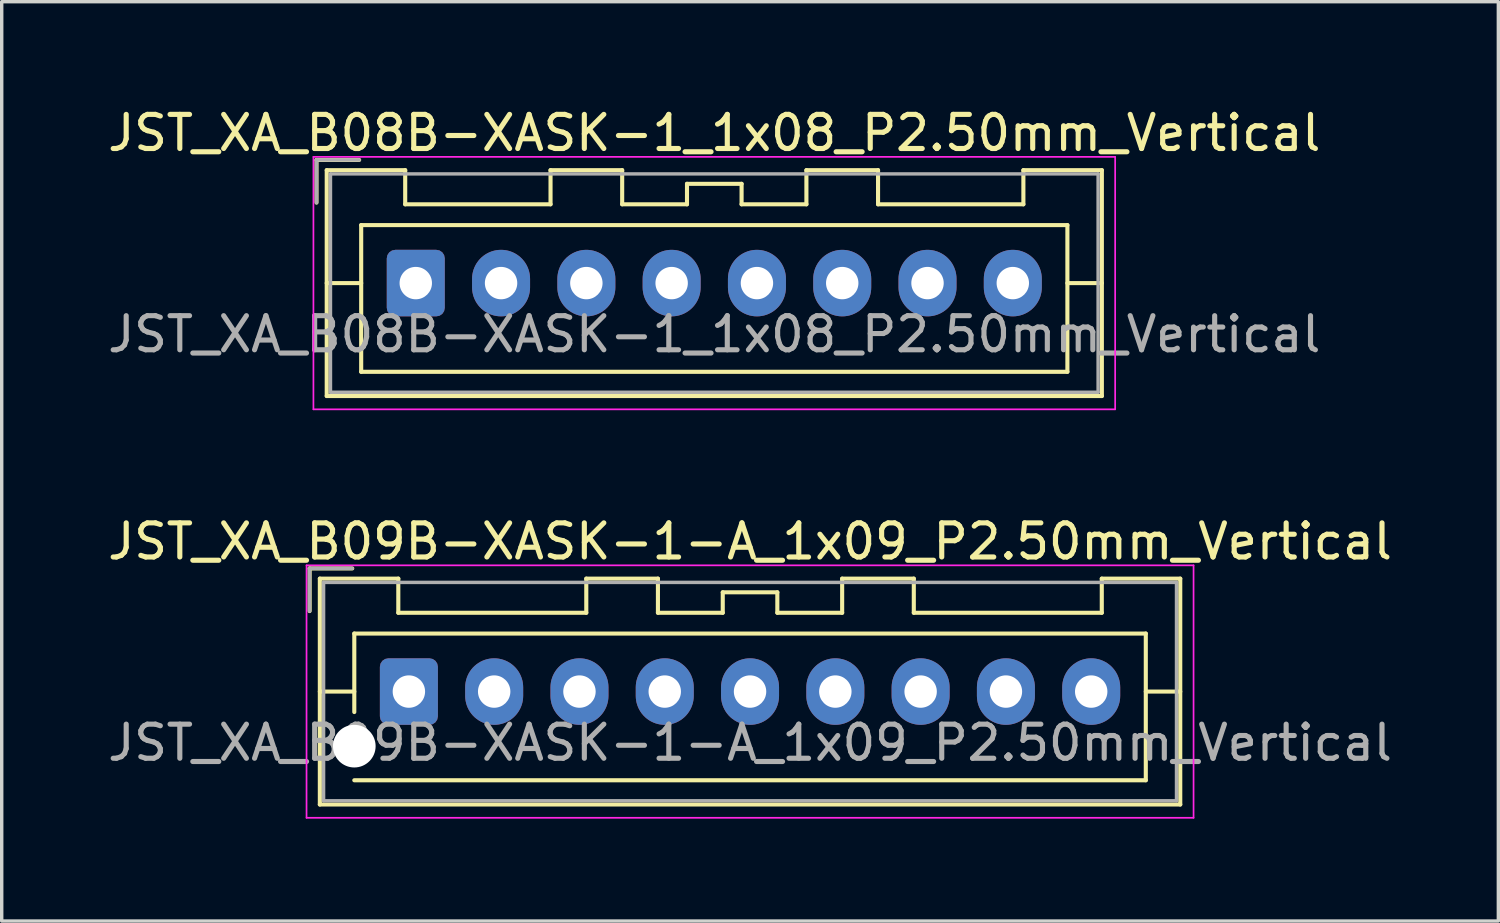
<source format=kicad_pcb>
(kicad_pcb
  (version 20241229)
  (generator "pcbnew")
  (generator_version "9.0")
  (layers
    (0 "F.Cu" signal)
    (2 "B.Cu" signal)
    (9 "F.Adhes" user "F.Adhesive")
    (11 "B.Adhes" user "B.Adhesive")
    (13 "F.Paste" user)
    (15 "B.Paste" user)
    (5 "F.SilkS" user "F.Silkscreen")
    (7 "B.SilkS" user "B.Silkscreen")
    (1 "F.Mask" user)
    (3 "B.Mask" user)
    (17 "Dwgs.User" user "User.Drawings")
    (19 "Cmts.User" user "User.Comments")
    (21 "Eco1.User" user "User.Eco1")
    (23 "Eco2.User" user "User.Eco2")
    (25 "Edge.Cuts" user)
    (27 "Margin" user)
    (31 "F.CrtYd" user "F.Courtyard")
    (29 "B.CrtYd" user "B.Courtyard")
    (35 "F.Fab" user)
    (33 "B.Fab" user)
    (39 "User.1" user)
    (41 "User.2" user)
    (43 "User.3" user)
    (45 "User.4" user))
  (footprint "JST_XA_B08B-XASK-1_1x08_P2.50mm_Vertical"
    (layer "F.Cu")
    (at 9.137 5.248)
    (property "Reference" "JST_XA_B08B-XASK-1_1x08_P2.50mm_Vertical" (at 8.75 -4.4 0) (layer "F.SilkS") (effects (font (size 1 1) (thickness 0.15))))
    (attr through_hole)
    (fp_line (start -2.91 -3.61) (end -2.91 -2.36) (stroke (width 0.12) (type solid)) (layer "F.SilkS"))
    (fp_line (start -2.61 -3.31) (end -2.61 3.31) (stroke (width 0.12) (type solid)) (layer "F.SilkS"))
    (fp_line (start -2.61 0) (end -1.6 0) (stroke (width 0.12) (type solid)) (layer "F.SilkS"))
    (fp_line (start -2.61 3.31) (end 20.11 3.31) (stroke (width 0.12) (type solid)) (layer "F.SilkS"))
    (fp_line (start -1.66 -3.61) (end -2.91 -3.61) (stroke (width 0.12) (type solid)) (layer "F.SilkS"))
    (fp_line (start -1.6 -1.7) (end -1.6 2.6) (stroke (width 0.12) (type solid)) (layer "F.SilkS"))
    (fp_line (start -1.6 2.6) (end 19.1 2.6) (stroke (width 0.12) (type solid)) (layer "F.SilkS"))
    (fp_line (start -0.31 -3.31) (end -2.61 -3.31) (stroke (width 0.12) (type solid)) (layer "F.SilkS"))
    (fp_line (start -0.31 -2.31) (end -0.31 -3.31) (stroke (width 0.12) (type solid)) (layer "F.SilkS"))
    (fp_line (start 3.95 -3.31) (end 3.95 -2.31) (stroke (width 0.12) (type solid)) (layer "F.SilkS"))
    (fp_line (start 3.95 -2.31) (end -0.31 -2.31) (stroke (width 0.12) (type solid)) (layer "F.SilkS"))
    (fp_line (start 6.05 -3.31) (end 3.95 -3.31) (stroke (width 0.12) (type solid)) (layer "F.SilkS"))
    (fp_line (start 6.05 -2.31) (end 6.05 -3.31) (stroke (width 0.12) (type solid)) (layer "F.SilkS"))
    (fp_line (start 7.95 -2.91) (end 7.95 -2.31) (stroke (width 0.12) (type solid)) (layer "F.SilkS"))
    (fp_line (start 7.95 -2.31) (end 6.05 -2.31) (stroke (width 0.12) (type solid)) (layer "F.SilkS"))
    (fp_line (start 9.55 -2.91) (end 7.95 -2.91) (stroke (width 0.12) (type solid)) (layer "F.SilkS"))
    (fp_line (start 9.55 -2.31) (end 9.55 -2.91) (stroke (width 0.12) (type solid)) (layer "F.SilkS"))
    (fp_line (start 11.45 -3.31) (end 11.45 -2.31) (stroke (width 0.12) (type solid)) (layer "F.SilkS"))
    (fp_line (start 11.45 -2.31) (end 9.55 -2.31) (stroke (width 0.12) (type solid)) (layer "F.SilkS"))
    (fp_line (start 13.55 -3.31) (end 11.45 -3.31) (stroke (width 0.12) (type solid)) (layer "F.SilkS"))
    (fp_line (start 13.55 -2.31) (end 13.55 -3.31) (stroke (width 0.12) (type solid)) (layer "F.SilkS"))
    (fp_line (start 17.81 -3.31) (end 17.81 -2.31) (stroke (width 0.12) (type solid)) (layer "F.SilkS"))
    (fp_line (start 17.81 -2.31) (end 13.55 -2.31) (stroke (width 0.12) (type solid)) (layer "F.SilkS"))
    (fp_line (start 19.1 -1.7) (end -1.6 -1.7) (stroke (width 0.12) (type solid)) (layer "F.SilkS"))
    (fp_line (start 19.1 2.6) (end 19.1 -1.7) (stroke (width 0.12) (type solid)) (layer "F.SilkS"))
    (fp_line (start 20.11 -3.31) (end 17.81 -3.31) (stroke (width 0.12) (type solid)) (layer "F.SilkS"))
    (fp_line (start 20.11 0) (end 19.1 0) (stroke (width 0.12) (type solid)) (layer "F.SilkS"))
    (fp_line (start 20.11 3.31) (end 20.11 -3.31) (stroke (width 0.12) (type solid)) (layer "F.SilkS"))
    (fp_line (start -3 -3.7) (end -3 3.7) (stroke (width 0.05) (type solid)) (layer "F.CrtYd"))
    (fp_line (start -3 3.7) (end 20.5 3.7) (stroke (width 0.05) (type solid)) (layer "F.CrtYd"))
    (fp_line (start 20.5 -3.7) (end -3 -3.7) (stroke (width 0.05) (type solid)) (layer "F.CrtYd"))
    (fp_line (start 20.5 3.7) (end 20.5 -3.7) (stroke (width 0.05) (type solid)) (layer "F.CrtYd"))
    (fp_line (start -2.91 -3.61) (end -2.91 -2.36) (stroke (width 0.1) (type solid)) (layer "F.Fab"))
    (fp_line (start -2.5 -3.2) (end -2.5 3.2) (stroke (width 0.1) (type solid)) (layer "F.Fab"))
    (fp_line (start -2.5 3.2) (end 20 3.2) (stroke (width 0.1) (type solid)) (layer "F.Fab"))
    (fp_line (start -1.66 -3.61) (end -2.91 -3.61) (stroke (width 0.1) (type solid)) (layer "F.Fab"))
    (fp_line (start 20 -3.2) (end -2.5 -3.2) (stroke (width 0.1) (type solid)) (layer "F.Fab"))
    (fp_line (start 20 3.2) (end 20 -3.2) (stroke (width 0.1) (type solid)) (layer "F.Fab"))
    (fp_text user "${REFERENCE}" (at 8.75 1.5 0) (layer "F.Fab") (effects (font (size 1 1) (thickness 0.15))))
    (pad "1" thru_hole roundrect (at 0 0) (size 1.7 1.95) (drill 0.95) (layers "*.Cu" "*.Mask") (roundrect_rratio 0.147))
    (pad "2" thru_hole oval (at 2.5 0) (size 1.7 1.95) (drill 0.95) (layers "*.Cu" "*.Mask"))
    (pad "3" thru_hole oval (at 5 0) (size 1.7 1.95) (drill 0.95) (layers "*.Cu" "*.Mask"))
    (pad "4" thru_hole oval (at 7.5 0) (size 1.7 1.95) (drill 0.95) (layers "*.Cu" "*.Mask"))
    (pad "5" thru_hole oval (at 10 0) (size 1.7 1.95) (drill 0.95) (layers "*.Cu" "*.Mask"))
    (pad "6" thru_hole oval (at 12.5 0) (size 1.7 1.95) (drill 0.95) (layers "*.Cu" "*.Mask"))
    (pad "7" thru_hole oval (at 15 0) (size 1.7 1.95) (drill 0.95) (layers "*.Cu" "*.Mask"))
    (pad "8" thru_hole oval (at 17.5 0) (size 1.7 1.95) (drill 0.95) (layers "*.Cu" "*.Mask")))
  (footprint "JST_XA_B09B-XASK-1-A_1x09_P2.50mm_Vertical"
    (layer "F.Cu")
    (at 8.935 17.221)
    (property "Reference" "JST_XA_B09B-XASK-1-A_1x09_P2.50mm_Vertical" (at 10 -4.4 0) (layer "F.SilkS") (effects (font (size 1 1) (thickness 0.15))))
    (attr through_hole)
    (fp_line (start -2.91 -3.61) (end -2.91 -2.36) (stroke (width 0.12) (type solid)) (layer "F.SilkS"))
    (fp_line (start -2.61 -3.31) (end -2.61 3.31) (stroke (width 0.12) (type solid)) (layer "F.SilkS"))
    (fp_line (start -2.61 0) (end -1.6 0) (stroke (width 0.12) (type solid)) (layer "F.SilkS"))
    (fp_line (start -2.61 3.31) (end 22.61 3.31) (stroke (width 0.12) (type solid)) (layer "F.SilkS"))
    (fp_line (start -1.66 -3.61) (end -2.91 -3.61) (stroke (width 0.12) (type solid)) (layer "F.SilkS"))
    (fp_line (start -1.6 -1.7) (end 21.6 -1.7) (stroke (width 0.12) (type solid)) (layer "F.SilkS"))
    (fp_line (start -1.6 0.6) (end -1.6 -1.7) (stroke (width 0.12) (type solid)) (layer "F.SilkS"))
    (fp_line (start -0.31 -3.31) (end -2.61 -3.31) (stroke (width 0.12) (type solid)) (layer "F.SilkS"))
    (fp_line (start -0.31 -2.31) (end -0.31 -3.31) (stroke (width 0.12) (type solid)) (layer "F.SilkS"))
    (fp_line (start 5.2 -3.31) (end 5.2 -2.31) (stroke (width 0.12) (type solid)) (layer "F.SilkS"))
    (fp_line (start 5.2 -2.31) (end -0.31 -2.31) (stroke (width 0.12) (type solid)) (layer "F.SilkS"))
    (fp_line (start 7.3 -3.31) (end 5.2 -3.31) (stroke (width 0.12) (type solid)) (layer "F.SilkS"))
    (fp_line (start 7.3 -2.31) (end 7.3 -3.31) (stroke (width 0.12) (type solid)) (layer "F.SilkS"))
    (fp_line (start 9.2 -2.91) (end 9.2 -2.31) (stroke (width 0.12) (type solid)) (layer "F.SilkS"))
    (fp_line (start 9.2 -2.31) (end 7.3 -2.31) (stroke (width 0.12) (type solid)) (layer "F.SilkS"))
    (fp_line (start 10.8 -2.91) (end 9.2 -2.91) (stroke (width 0.12) (type solid)) (layer "F.SilkS"))
    (fp_line (start 10.8 -2.31) (end 10.8 -2.91) (stroke (width 0.12) (type solid)) (layer "F.SilkS"))
    (fp_line (start 12.7 -3.31) (end 12.7 -2.31) (stroke (width 0.12) (type solid)) (layer "F.SilkS"))
    (fp_line (start 12.7 -2.31) (end 10.8 -2.31) (stroke (width 0.12) (type solid)) (layer "F.SilkS"))
    (fp_line (start 14.8 -3.31) (end 12.7 -3.31) (stroke (width 0.12) (type solid)) (layer "F.SilkS"))
    (fp_line (start 14.8 -2.31) (end 14.8 -3.31) (stroke (width 0.12) (type solid)) (layer "F.SilkS"))
    (fp_line (start 20.31 -3.31) (end 20.31 -2.31) (stroke (width 0.12) (type solid)) (layer "F.SilkS"))
    (fp_line (start 20.31 -2.31) (end 14.8 -2.31) (stroke (width 0.12) (type solid)) (layer "F.SilkS"))
    (fp_line (start 21.6 -1.7) (end 21.6 2.6) (stroke (width 0.12) (type solid)) (layer "F.SilkS"))
    (fp_line (start 21.6 2.6) (end -1.6 2.6) (stroke (width 0.12) (type solid)) (layer "F.SilkS"))
    (fp_line (start 22.61 -3.31) (end 20.31 -3.31) (stroke (width 0.12) (type solid)) (layer "F.SilkS"))
    (fp_line (start 22.61 0) (end 21.6 0) (stroke (width 0.12) (type solid)) (layer "F.SilkS"))
    (fp_line (start 22.61 3.31) (end 22.61 -3.31) (stroke (width 0.12) (type solid)) (layer "F.SilkS"))
    (fp_line (start -3 -3.7) (end -3 3.7) (stroke (width 0.05) (type solid)) (layer "F.CrtYd"))
    (fp_line (start -3 3.7) (end 23 3.7) (stroke (width 0.05) (type solid)) (layer "F.CrtYd"))
    (fp_line (start 23 -3.7) (end -3 -3.7) (stroke (width 0.05) (type solid)) (layer "F.CrtYd"))
    (fp_line (start 23 3.7) (end 23 -3.7) (stroke (width 0.05) (type solid)) (layer "F.CrtYd"))
    (fp_line (start -2.91 -3.61) (end -2.91 -2.36) (stroke (width 0.1) (type solid)) (layer "F.Fab"))
    (fp_line (start -2.5 -3.2) (end -2.5 3.2) (stroke (width 0.1) (type solid)) (layer "F.Fab"))
    (fp_line (start -2.5 3.2) (end 22.5 3.2) (stroke (width 0.1) (type solid)) (layer "F.Fab"))
    (fp_line (start -1.66 -3.61) (end -2.91 -3.61) (stroke (width 0.1) (type solid)) (layer "F.Fab"))
    (fp_line (start 22.5 -3.2) (end -2.5 -3.2) (stroke (width 0.1) (type solid)) (layer "F.Fab"))
    (fp_line (start 22.5 3.2) (end 22.5 -3.2) (stroke (width 0.1) (type solid)) (layer "F.Fab"))
    (fp_text user "${REFERENCE}" (at 10 1.5 0) (layer "F.Fab") (effects (font (size 1 1) (thickness 0.15))))
    (pad "" np_thru_hole circle (at -1.6 1.6) (size 1.25 1.25) (drill 1.25) (layers "*.Cu" "*.Mask"))
    (pad "1" thru_hole roundrect (at 0 0) (size 1.7 1.95) (drill 0.95) (layers "*.Cu" "*.Mask") (roundrect_rratio 0.147))
    (pad "2" thru_hole oval (at 2.5 0) (size 1.7 1.95) (drill 0.95) (layers "*.Cu" "*.Mask"))
    (pad "3" thru_hole oval (at 5 0) (size 1.7 1.95) (drill 0.95) (layers "*.Cu" "*.Mask"))
    (pad "4" thru_hole oval (at 7.5 0) (size 1.7 1.95) (drill 0.95) (layers "*.Cu" "*.Mask"))
    (pad "5" thru_hole oval (at 10 0) (size 1.7 1.95) (drill 0.95) (layers "*.Cu" "*.Mask"))
    (pad "6" thru_hole oval (at 12.5 0) (size 1.7 1.95) (drill 0.95) (layers "*.Cu" "*.Mask"))
    (pad "7" thru_hole oval (at 15 0) (size 1.7 1.95) (drill 0.95) (layers "*.Cu" "*.Mask"))
    (pad "8" thru_hole oval (at 17.5 0) (size 1.7 1.95) (drill 0.95) (layers "*.Cu" "*.Mask"))
    (pad "9" thru_hole oval (at 20 0) (size 1.7 1.95) (drill 0.95) (layers "*.Cu" "*.Mask")))
  (gr_rect
    (start -3 -3)
    (end 40.869 23.947)
    (stroke (width 0.1) (type default))
    (fill no)
    (layer "Edge.Cuts")))
</source>
